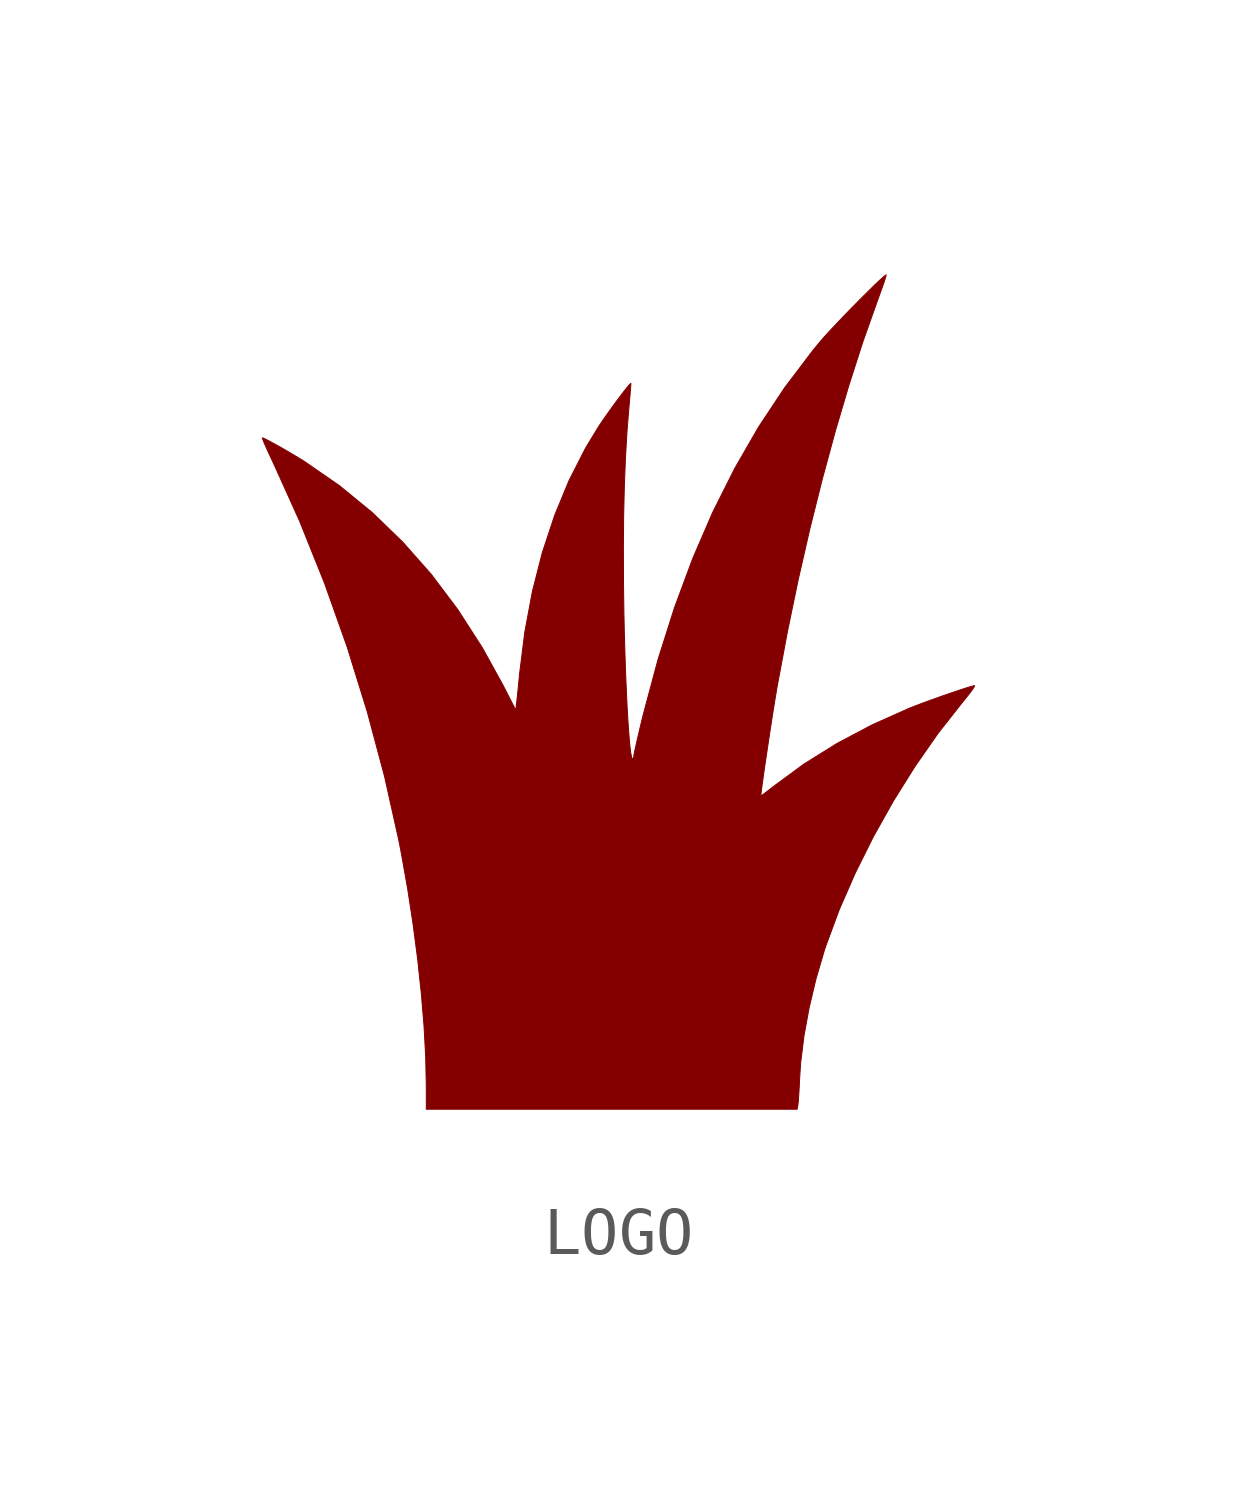
<source format=kicad_sym>
(kicad_symbol_lib
  (version 20220914)
  (generator bitmap2component)
  (symbol "LOGO"
    (pin_names
      (offset 1.016))
    (property "Reference" "#G"
      (at 0 8.101 0)
      (effects (font (size 1.27 1.27)) hide))
    (symbol "LOGO_0_0"
      (polyline (pts (xy 3.759 -8.653) (xy 3.76 -8.649) (xy 3.768 -8.575) (xy 3.777 -8.447) (xy 3.787 -8.28) (xy 3.796 -8.094) (xy 3.817 -7.768) (xy 3.886 -7.207) (xy 3.994 -6.617) (xy 4.137 -6.015) (xy 4.311 -5.421) (xy 4.348 -5.311) (xy 4.623 -4.568) (xy 4.955 -3.808) (xy 5.335 -3.045) (xy 5.756 -2.294) (xy 6.209 -1.57) (xy 6.686 -0.886) (xy 7.18 -0.257) (xy 7.205 -0.226) (xy 7.312 -0.094) (xy 7.393 0.012) (xy 7.441 0.084) (xy 7.45 0.11) (xy 7.444 0.11) (xy 7.377 0.093) (xy 7.257 0.057) (xy 7.097 0.004) (xy 6.91 -0.059) (xy 6.71 -0.129) (xy 6.509 -0.201) (xy 6.321 -0.271) (xy 6.159 -0.333) (xy 6.086 -0.362) (xy 5.312 -0.707) (xy 4.574 -1.098) (xy 3.883 -1.529) (xy 3.25 -1.995) (xy 3.194 -2.039) (xy 3.09 -2.119) (xy 3.017 -2.173) (xy 2.986 -2.191) (xy 2.987 -2.172) (xy 2.996 -2.089) (xy 3.014 -1.952) (xy 3.039 -1.769) (xy 3.07 -1.553) (xy 3.106 -1.312) (xy 3.144 -1.057) (xy 3.183 -0.799) (xy 3.222 -0.547) (xy 3.259 -0.312) (xy 3.293 -0.105) (xy 3.321 0.065) (xy 3.34 0.167) (xy 3.542 1.244) (xy 3.765 2.319) (xy 4.008 3.381) (xy 4.268 4.42) (xy 4.541 5.426) (xy 4.826 6.389) (xy 5.119 7.299) (xy 5.419 8.145) (xy 5.457 8.249) (xy 5.518 8.419) (xy 5.566 8.557) (xy 5.595 8.651) (xy 5.603 8.688) (xy 5.599 8.688) (xy 5.558 8.658) (xy 5.475 8.584) (xy 5.36 8.475) (xy 5.221 8.338) (xy 5.064 8.182) (xy 4.899 8.015) (xy 4.733 7.844) (xy 4.574 7.677) (xy 4.429 7.524) (xy 4.308 7.391) (xy 4.217 7.286) (xy 4.071 7.108) (xy 3.483 6.332) (xy 2.94 5.513) (xy 2.44 4.646) (xy 1.98 3.729) (xy 1.561 2.76) (xy 1.181 1.735) (xy 0.837 0.651) (xy 0.53 -0.495) (xy 0.501 -0.611) (xy 0.447 -0.839) (xy 0.4 -1.04) (xy 0.363 -1.204) (xy 0.339 -1.319) (xy 0.331 -1.375) (xy 0.324 -1.413) (xy 0.298 -1.411) (xy 0.285 -1.38) (xy 0.266 -1.277) (xy 0.247 -1.113) (xy 0.229 -0.893) (xy 0.21 -0.625) (xy 0.192 -0.315) (xy 0.176 0.03) (xy 0.16 0.404) (xy 0.147 0.799) (xy 0.135 1.21) (xy 0.126 1.628) (xy 0.12 2.049) (xy 0.118 2.203) (xy 0.115 2.952) (xy 0.12 3.639) (xy 0.135 4.272) (xy 0.158 4.861) (xy 0.19 5.413) (xy 0.232 5.937) (xy 0.236 5.982) (xy 0.252 6.155) (xy 0.263 6.295) (xy 0.27 6.389) (xy 0.271 6.423) (xy 0.254 6.41) (xy 0.199 6.347) (xy 0.116 6.243) (xy 0.015 6.11) (xy -0.096 5.959) (xy -0.209 5.802) (xy -0.315 5.651) (xy -0.405 5.516) (xy -0.677 5.068) (xy -1.021 4.392) (xy -1.321 3.665) (xy -1.577 2.891) (xy -1.785 2.077) (xy -1.944 1.227) (xy -2.054 0.349) (xy -2.069 0.183) (xy -2.087 0.003) (xy -2.103 -0.147) (xy -2.114 -0.246) (xy -2.133 -0.401) (xy -2.4 0.121) (xy -2.83 0.901) (xy -3.342 1.696) (xy -3.896 2.433) (xy -4.494 3.11) (xy -5.135 3.73) (xy -5.821 4.291) (xy -6.552 4.796) (xy -6.675 4.872) (xy -6.834 4.967) (xy -6.997 5.062) (xy -7.152 5.148) (xy -7.283 5.22) (xy -7.378 5.268) (xy -7.424 5.286) (xy -7.422 5.27) (xy -7.394 5.199) (xy -7.343 5.08) (xy -7.272 4.925) (xy -7.187 4.744) (xy -6.645 3.543) (xy -6.127 2.252) (xy -5.656 0.926) (xy -5.237 -0.423) (xy -4.874 -1.78) (xy -4.572 -3.132) (xy -4.52 -3.402) (xy -4.391 -4.128) (xy -4.278 -4.864) (xy -4.182 -5.599) (xy -4.105 -6.318) (xy -4.048 -7.008) (xy -4.013 -7.656) (xy -4.001 -8.249) (xy -4.001 -8.736) (xy -0.129 -8.736) (xy 3.743 -8.736) (xy 3.759 -8.653)) (stroke (width 0.01) (type default)) (fill (type outline))))))
</source>
